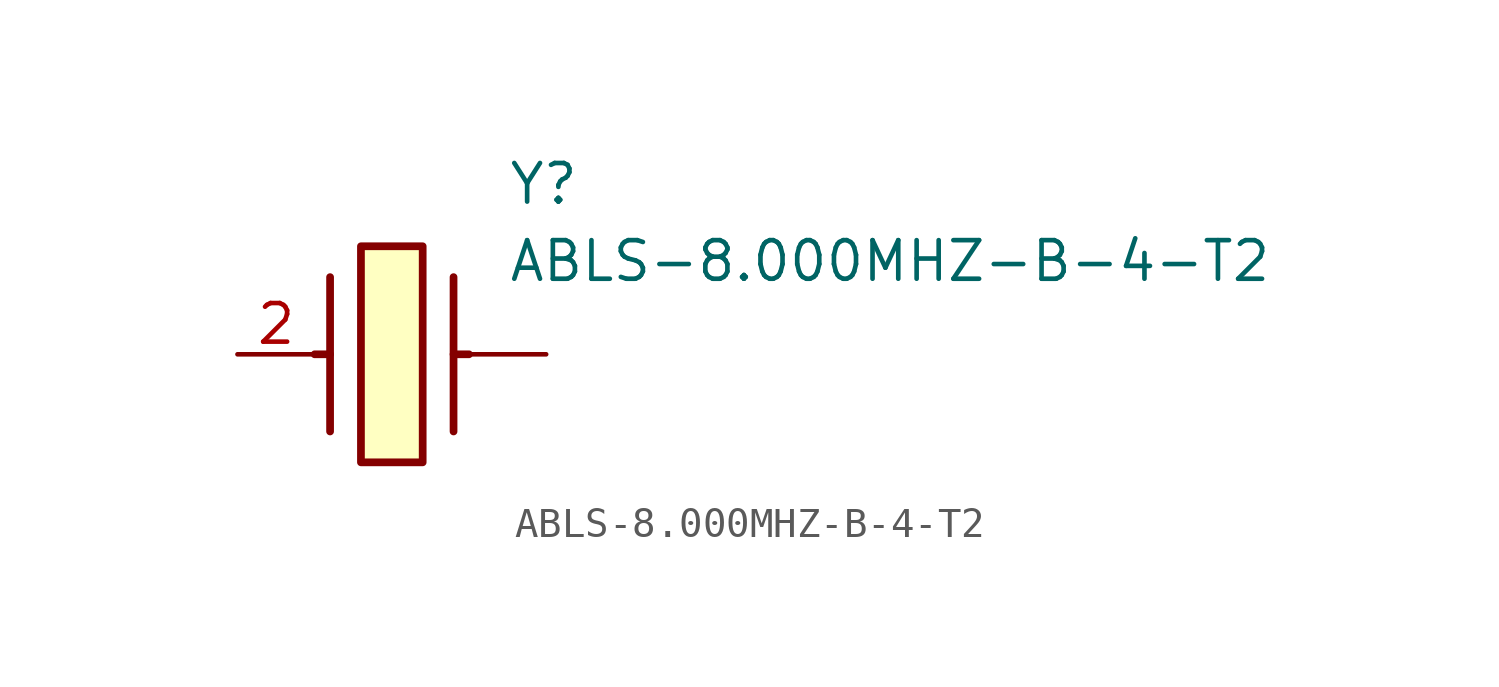
<source format=kicad_sym>
(kicad_symbol_lib
  (version 20211014)
  (generator SamacSys_ECAD_Model)
  (symbol "ABLS-8.000MHZ-B-4-T2"
    (pin_names hide)
    (property "Reference" "Y"
      (at 8.89 6.35 0)
      (effects (font (size 1.27 1.27)) (justify left top)))
    (property "Value" "ABLS-8.000MHZ-B-4-T2"
      (at 8.89 3.81 0)
      (effects (font (size 1.27 1.27)) (justify left top)))
    (rectangle
      (start 4.064 3.556)
      (end 6.096 -3.556)
      (stroke (width 0.254) (type default))
      (fill (type background)))
    (polyline
      (pts (xy 3.048 2.54) (xy 3.048 -2.54))
      (stroke (width 0.254) (type default))
      (fill (type none)))
    (polyline
      (pts (xy 7.112 2.54) (xy 7.112 -2.54))
      (stroke (width 0.254) (type default))
      (fill (type none)))
    (polyline
      (pts (xy 7.112 0) (xy 7.62 0))
      (stroke (width 0.254) (type default))
      (fill (type none)))
    (polyline
      (pts (xy 3.048 0) (xy 2.54 0))
      (stroke (width 0.254) (type default))
      (fill (type none)))
    (pin passive line
      (at 0 0 0)
      (length 2.54)
      (name "X2" (effects (font (size 1.27 1.27))))
      (number "2" (effects (font (size 1.27 1.27)))))
    (pin passive line
      (at 10.16 0 180)
      (length 2.54)
      (name "" (effects (font (size 1.27 1.27))))
      (number "" (effects (font (size 1.27 1.27)))))))
</source>
